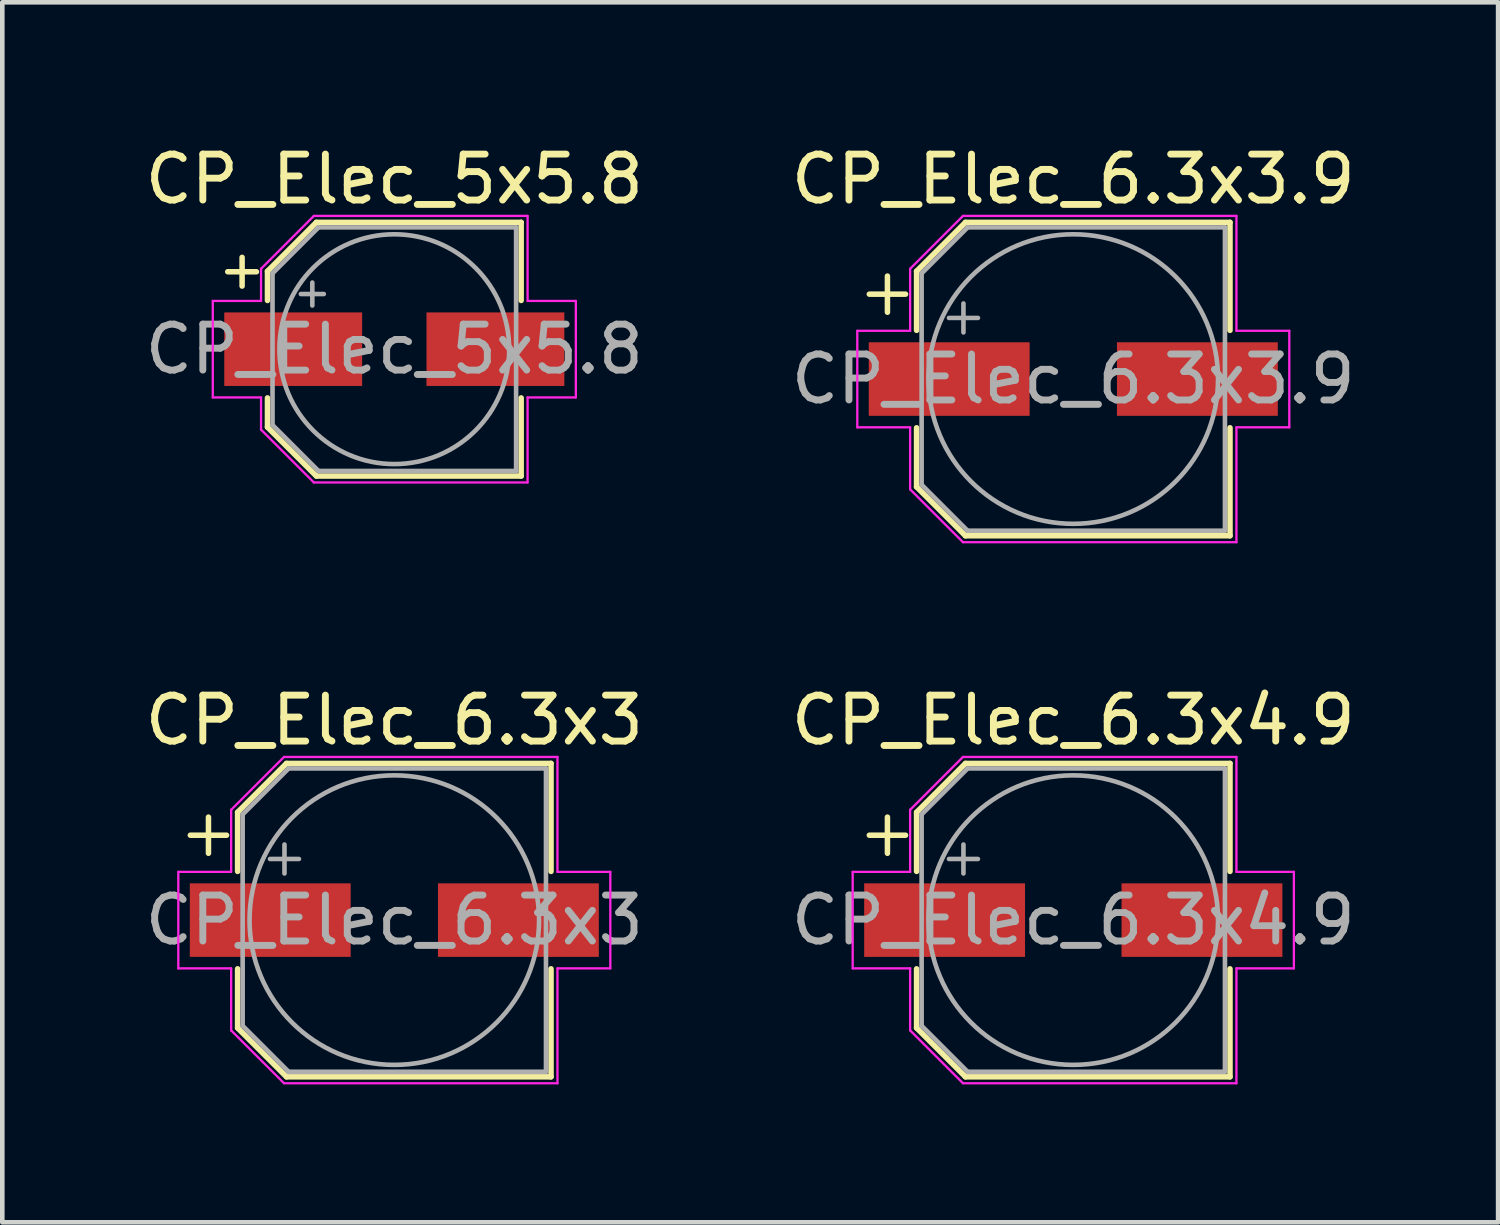
<source format=kicad_pcb>
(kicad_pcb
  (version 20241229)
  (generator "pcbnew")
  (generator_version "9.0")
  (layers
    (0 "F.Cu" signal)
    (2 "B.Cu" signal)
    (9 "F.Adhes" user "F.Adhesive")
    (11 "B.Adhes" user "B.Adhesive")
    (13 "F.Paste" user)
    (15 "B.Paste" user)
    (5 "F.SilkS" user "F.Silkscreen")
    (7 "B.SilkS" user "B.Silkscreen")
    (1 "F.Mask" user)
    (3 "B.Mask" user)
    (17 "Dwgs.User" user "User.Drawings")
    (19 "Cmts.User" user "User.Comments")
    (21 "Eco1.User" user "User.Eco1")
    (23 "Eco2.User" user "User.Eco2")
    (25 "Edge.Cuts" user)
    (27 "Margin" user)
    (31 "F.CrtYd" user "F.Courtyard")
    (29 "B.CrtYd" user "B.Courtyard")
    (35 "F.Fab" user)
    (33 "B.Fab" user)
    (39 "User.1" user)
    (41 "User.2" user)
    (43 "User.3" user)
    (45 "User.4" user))
  (footprint "CP_Elec_6.3x3"
    (layer "F.Cu")
    (at 5.53 16.971)
    (property "Reference" "CP_Elec_6.3x3" (at 0 -4.35 0) (layer "F.SilkS") (effects (font (size 1 1) (thickness 0.15))))
    (attr smd)
    (fp_line (start -4.438 -1.847) (end -3.65 -1.847) (stroke (width 0.12) (type solid)) (layer "F.SilkS"))
    (fp_line (start -4.044 -2.241) (end -4.044 -1.454) (stroke (width 0.12) (type solid)) (layer "F.SilkS"))
    (fp_line (start -3.41 -2.346) (end -3.41 -1.06) (stroke (width 0.12) (type solid)) (layer "F.SilkS"))
    (fp_line (start -3.41 -2.346) (end -2.346 -3.41) (stroke (width 0.12) (type solid)) (layer "F.SilkS"))
    (fp_line (start -3.41 2.346) (end -3.41 1.06) (stroke (width 0.12) (type solid)) (layer "F.SilkS"))
    (fp_line (start -3.41 2.346) (end -2.346 3.41) (stroke (width 0.12) (type solid)) (layer "F.SilkS"))
    (fp_line (start -2.346 -3.41) (end 3.41 -3.41) (stroke (width 0.12) (type solid)) (layer "F.SilkS"))
    (fp_line (start -2.346 3.41) (end 3.41 3.41) (stroke (width 0.12) (type solid)) (layer "F.SilkS"))
    (fp_line (start 3.41 -3.41) (end 3.41 -1.06) (stroke (width 0.12) (type solid)) (layer "F.SilkS"))
    (fp_line (start 3.41 3.41) (end 3.41 1.06) (stroke (width 0.12) (type solid)) (layer "F.SilkS"))
    (fp_line (start -4.7 -1.05) (end -4.7 1.05) (stroke (width 0.05) (type solid)) (layer "F.CrtYd"))
    (fp_line (start -4.7 1.05) (end -3.55 1.05) (stroke (width 0.05) (type solid)) (layer "F.CrtYd"))
    (fp_line (start -3.55 -2.4) (end -3.55 -1.05) (stroke (width 0.05) (type solid)) (layer "F.CrtYd"))
    (fp_line (start -3.55 -2.4) (end -2.4 -3.55) (stroke (width 0.05) (type solid)) (layer "F.CrtYd"))
    (fp_line (start -3.55 -1.05) (end -4.7 -1.05) (stroke (width 0.05) (type solid)) (layer "F.CrtYd"))
    (fp_line (start -3.55 1.05) (end -3.55 2.4) (stroke (width 0.05) (type solid)) (layer "F.CrtYd"))
    (fp_line (start -3.55 2.4) (end -2.4 3.55) (stroke (width 0.05) (type solid)) (layer "F.CrtYd"))
    (fp_line (start -2.4 -3.55) (end 3.55 -3.55) (stroke (width 0.05) (type solid)) (layer "F.CrtYd"))
    (fp_line (start -2.4 3.55) (end 3.55 3.55) (stroke (width 0.05) (type solid)) (layer "F.CrtYd"))
    (fp_line (start 3.55 -3.55) (end 3.55 -1.05) (stroke (width 0.05) (type solid)) (layer "F.CrtYd"))
    (fp_line (start 3.55 -1.05) (end 4.7 -1.05) (stroke (width 0.05) (type solid)) (layer "F.CrtYd"))
    (fp_line (start 3.55 1.05) (end 3.55 3.55) (stroke (width 0.05) (type solid)) (layer "F.CrtYd"))
    (fp_line (start 4.7 -1.05) (end 4.7 1.05) (stroke (width 0.05) (type solid)) (layer "F.CrtYd"))
    (fp_line (start 4.7 1.05) (end 3.55 1.05) (stroke (width 0.05) (type solid)) (layer "F.CrtYd"))
    (fp_line (start -3.3 -2.3) (end -3.3 2.3) (stroke (width 0.1) (type solid)) (layer "F.Fab"))
    (fp_line (start -3.3 -2.3) (end -2.3 -3.3) (stroke (width 0.1) (type solid)) (layer "F.Fab"))
    (fp_line (start -3.3 2.3) (end -2.3 3.3) (stroke (width 0.1) (type solid)) (layer "F.Fab"))
    (fp_line (start -2.705 -1.33) (end -2.075 -1.33) (stroke (width 0.1) (type solid)) (layer "F.Fab"))
    (fp_line (start -2.39 -1.645) (end -2.39 -1.015) (stroke (width 0.1) (type solid)) (layer "F.Fab"))
    (fp_line (start -2.3 -3.3) (end 3.3 -3.3) (stroke (width 0.1) (type solid)) (layer "F.Fab"))
    (fp_line (start -2.3 3.3) (end 3.3 3.3) (stroke (width 0.1) (type solid)) (layer "F.Fab"))
    (fp_line (start 3.3 -3.3) (end 3.3 3.3) (stroke (width 0.1) (type solid)) (layer "F.Fab"))
    (fp_circle (center 0 0) (end 3.15 0) (stroke (width 0.1) (type solid)) (fill no) (layer "F.Fab"))
    (fp_text user "${REFERENCE}" (at 0 0 0) (layer "F.Fab") (effects (font (size 1 1) (thickness 0.15))))
    (pad "1" smd rect (at -2.7 0) (size 3.5 1.6) (layers "F.Cu" "F.Mask" "F.Paste"))
    (pad "2" smd rect (at 2.7 0) (size 3.5 1.6) (layers "F.Cu" "F.Mask" "F.Paste")))
  (footprint "CP_Elec_6.3x4.9"
    (layer "F.Cu")
    (at 20.304 16.971)
    (property "Reference" "CP_Elec_6.3x4.9" (at 0 -4.35 0) (layer "F.SilkS") (effects (font (size 1 1) (thickness 0.15))))
    (attr smd)
    (fp_line (start -4.438 -1.847) (end -3.65 -1.847) (stroke (width 0.12) (type solid)) (layer "F.SilkS"))
    (fp_line (start -4.044 -2.241) (end -4.044 -1.454) (stroke (width 0.12) (type solid)) (layer "F.SilkS"))
    (fp_line (start -3.41 -2.346) (end -3.41 -1.06) (stroke (width 0.12) (type solid)) (layer "F.SilkS"))
    (fp_line (start -3.41 -2.346) (end -2.346 -3.41) (stroke (width 0.12) (type solid)) (layer "F.SilkS"))
    (fp_line (start -3.41 2.346) (end -3.41 1.06) (stroke (width 0.12) (type solid)) (layer "F.SilkS"))
    (fp_line (start -3.41 2.346) (end -2.346 3.41) (stroke (width 0.12) (type solid)) (layer "F.SilkS"))
    (fp_line (start -2.346 -3.41) (end 3.41 -3.41) (stroke (width 0.12) (type solid)) (layer "F.SilkS"))
    (fp_line (start -2.346 3.41) (end 3.41 3.41) (stroke (width 0.12) (type solid)) (layer "F.SilkS"))
    (fp_line (start 3.41 -3.41) (end 3.41 -1.06) (stroke (width 0.12) (type solid)) (layer "F.SilkS"))
    (fp_line (start 3.41 3.41) (end 3.41 1.06) (stroke (width 0.12) (type solid)) (layer "F.SilkS"))
    (fp_line (start -4.8 -1.05) (end -4.8 1.05) (stroke (width 0.05) (type solid)) (layer "F.CrtYd"))
    (fp_line (start -4.8 1.05) (end -3.55 1.05) (stroke (width 0.05) (type solid)) (layer "F.CrtYd"))
    (fp_line (start -3.55 -2.4) (end -3.55 -1.05) (stroke (width 0.05) (type solid)) (layer "F.CrtYd"))
    (fp_line (start -3.55 -2.4) (end -2.4 -3.55) (stroke (width 0.05) (type solid)) (layer "F.CrtYd"))
    (fp_line (start -3.55 -1.05) (end -4.8 -1.05) (stroke (width 0.05) (type solid)) (layer "F.CrtYd"))
    (fp_line (start -3.55 1.05) (end -3.55 2.4) (stroke (width 0.05) (type solid)) (layer "F.CrtYd"))
    (fp_line (start -3.55 2.4) (end -2.4 3.55) (stroke (width 0.05) (type solid)) (layer "F.CrtYd"))
    (fp_line (start -2.4 -3.55) (end 3.55 -3.55) (stroke (width 0.05) (type solid)) (layer "F.CrtYd"))
    (fp_line (start -2.4 3.55) (end 3.55 3.55) (stroke (width 0.05) (type solid)) (layer "F.CrtYd"))
    (fp_line (start 3.55 -3.55) (end 3.55 -1.05) (stroke (width 0.05) (type solid)) (layer "F.CrtYd"))
    (fp_line (start 3.55 -1.05) (end 4.8 -1.05) (stroke (width 0.05) (type solid)) (layer "F.CrtYd"))
    (fp_line (start 3.55 1.05) (end 3.55 3.55) (stroke (width 0.05) (type solid)) (layer "F.CrtYd"))
    (fp_line (start 4.8 -1.05) (end 4.8 1.05) (stroke (width 0.05) (type solid)) (layer "F.CrtYd"))
    (fp_line (start 4.8 1.05) (end 3.55 1.05) (stroke (width 0.05) (type solid)) (layer "F.CrtYd"))
    (fp_line (start -3.3 -2.3) (end -3.3 2.3) (stroke (width 0.1) (type solid)) (layer "F.Fab"))
    (fp_line (start -3.3 -2.3) (end -2.3 -3.3) (stroke (width 0.1) (type solid)) (layer "F.Fab"))
    (fp_line (start -3.3 2.3) (end -2.3 3.3) (stroke (width 0.1) (type solid)) (layer "F.Fab"))
    (fp_line (start -2.705 -1.33) (end -2.075 -1.33) (stroke (width 0.1) (type solid)) (layer "F.Fab"))
    (fp_line (start -2.39 -1.645) (end -2.39 -1.015) (stroke (width 0.1) (type solid)) (layer "F.Fab"))
    (fp_line (start -2.3 -3.3) (end 3.3 -3.3) (stroke (width 0.1) (type solid)) (layer "F.Fab"))
    (fp_line (start -2.3 3.3) (end 3.3 3.3) (stroke (width 0.1) (type solid)) (layer "F.Fab"))
    (fp_line (start 3.3 -3.3) (end 3.3 3.3) (stroke (width 0.1) (type solid)) (layer "F.Fab"))
    (fp_circle (center 0 0) (end 3.15 0) (stroke (width 0.1) (type solid)) (fill no) (layer "F.Fab"))
    (fp_text user "${REFERENCE}" (at 0 0 0) (layer "F.Fab") (effects (font (size 1 1) (thickness 0.15))))
    (pad "1" smd rect (at -2.8 0) (size 3.5 1.6) (layers "F.Cu" "F.Mask" "F.Paste"))
    (pad "2" smd rect (at 2.8 0) (size 3.5 1.6) (layers "F.Cu" "F.Mask" "F.Paste")))
  (footprint "CP_Elec_5x5.8"
    (layer "F.Cu")
    (at 5.53 4.548)
    (property "Reference" "CP_Elec_5x5.8" (at 0 -3.7 0) (layer "F.SilkS") (effects (font (size 1 1) (thickness 0.15))))
    (attr smd)
    (fp_line (start -3.625 -1.685) (end -3 -1.685) (stroke (width 0.12) (type solid)) (layer "F.SilkS"))
    (fp_line (start -3.312 -1.998) (end -3.312 -1.373) (stroke (width 0.12) (type solid)) (layer "F.SilkS"))
    (fp_line (start -2.76 -1.696) (end -2.76 -1.06) (stroke (width 0.12) (type solid)) (layer "F.SilkS"))
    (fp_line (start -2.76 -1.696) (end -1.696 -2.76) (stroke (width 0.12) (type solid)) (layer "F.SilkS"))
    (fp_line (start -2.76 1.696) (end -2.76 1.06) (stroke (width 0.12) (type solid)) (layer "F.SilkS"))
    (fp_line (start -2.76 1.696) (end -1.696 2.76) (stroke (width 0.12) (type solid)) (layer "F.SilkS"))
    (fp_line (start -1.696 -2.76) (end 2.76 -2.76) (stroke (width 0.12) (type solid)) (layer "F.SilkS"))
    (fp_line (start -1.696 2.76) (end 2.76 2.76) (stroke (width 0.12) (type solid)) (layer "F.SilkS"))
    (fp_line (start 2.76 -2.76) (end 2.76 -1.06) (stroke (width 0.12) (type solid)) (layer "F.SilkS"))
    (fp_line (start 2.76 2.76) (end 2.76 1.06) (stroke (width 0.12) (type solid)) (layer "F.SilkS"))
    (fp_line (start -3.95 -1.05) (end -3.95 1.05) (stroke (width 0.05) (type solid)) (layer "F.CrtYd"))
    (fp_line (start -3.95 1.05) (end -2.9 1.05) (stroke (width 0.05) (type solid)) (layer "F.CrtYd"))
    (fp_line (start -2.9 -1.75) (end -2.9 -1.05) (stroke (width 0.05) (type solid)) (layer "F.CrtYd"))
    (fp_line (start -2.9 -1.75) (end -1.75 -2.9) (stroke (width 0.05) (type solid)) (layer "F.CrtYd"))
    (fp_line (start -2.9 -1.05) (end -3.95 -1.05) (stroke (width 0.05) (type solid)) (layer "F.CrtYd"))
    (fp_line (start -2.9 1.05) (end -2.9 1.75) (stroke (width 0.05) (type solid)) (layer "F.CrtYd"))
    (fp_line (start -2.9 1.75) (end -1.75 2.9) (stroke (width 0.05) (type solid)) (layer "F.CrtYd"))
    (fp_line (start -1.75 -2.9) (end 2.9 -2.9) (stroke (width 0.05) (type solid)) (layer "F.CrtYd"))
    (fp_line (start -1.75 2.9) (end 2.9 2.9) (stroke (width 0.05) (type solid)) (layer "F.CrtYd"))
    (fp_line (start 2.9 -2.9) (end 2.9 -1.05) (stroke (width 0.05) (type solid)) (layer "F.CrtYd"))
    (fp_line (start 2.9 -1.05) (end 3.95 -1.05) (stroke (width 0.05) (type solid)) (layer "F.CrtYd"))
    (fp_line (start 2.9 1.05) (end 2.9 2.9) (stroke (width 0.05) (type solid)) (layer "F.CrtYd"))
    (fp_line (start 3.95 -1.05) (end 3.95 1.05) (stroke (width 0.05) (type solid)) (layer "F.CrtYd"))
    (fp_line (start 3.95 1.05) (end 2.9 1.05) (stroke (width 0.05) (type solid)) (layer "F.CrtYd"))
    (fp_line (start -2.65 -1.65) (end -2.65 1.65) (stroke (width 0.1) (type solid)) (layer "F.Fab"))
    (fp_line (start -2.65 -1.65) (end -1.65 -2.65) (stroke (width 0.1) (type solid)) (layer "F.Fab"))
    (fp_line (start -2.65 1.65) (end -1.65 2.65) (stroke (width 0.1) (type solid)) (layer "F.Fab"))
    (fp_line (start -2.034 -1.2) (end -1.534 -1.2) (stroke (width 0.1) (type solid)) (layer "F.Fab"))
    (fp_line (start -1.784 -1.45) (end -1.784 -0.95) (stroke (width 0.1) (type solid)) (layer "F.Fab"))
    (fp_line (start -1.65 -2.65) (end 2.65 -2.65) (stroke (width 0.1) (type solid)) (layer "F.Fab"))
    (fp_line (start -1.65 2.65) (end 2.65 2.65) (stroke (width 0.1) (type solid)) (layer "F.Fab"))
    (fp_line (start 2.65 -2.65) (end 2.65 2.65) (stroke (width 0.1) (type solid)) (layer "F.Fab"))
    (fp_circle (center 0 0) (end 2.5 0) (stroke (width 0.1) (type solid)) (fill no) (layer "F.Fab"))
    (fp_text user "${REFERENCE}" (at 0 0 0) (layer "F.Fab") (effects (font (size 1 1) (thickness 0.15))))
    (pad "1" smd rect (at -2.2 0) (size 3 1.6) (layers "F.Cu" "F.Mask" "F.Paste"))
    (pad "2" smd rect (at 2.2 0) (size 3 1.6) (layers "F.Cu" "F.Mask" "F.Paste")))
  (footprint "CP_Elec_6.3x3.9"
    (layer "F.Cu")
    (at 20.304 5.198)
    (property "Reference" "CP_Elec_6.3x3.9" (at 0 -4.35 0) (layer "F.SilkS") (effects (font (size 1 1) (thickness 0.15))))
    (attr smd)
    (fp_line (start -4.438 -1.847) (end -3.65 -1.847) (stroke (width 0.12) (type solid)) (layer "F.SilkS"))
    (fp_line (start -4.044 -2.241) (end -4.044 -1.454) (stroke (width 0.12) (type solid)) (layer "F.SilkS"))
    (fp_line (start -3.41 -2.346) (end -3.41 -1.06) (stroke (width 0.12) (type solid)) (layer "F.SilkS"))
    (fp_line (start -3.41 -2.346) (end -2.346 -3.41) (stroke (width 0.12) (type solid)) (layer "F.SilkS"))
    (fp_line (start -3.41 2.346) (end -3.41 1.06) (stroke (width 0.12) (type solid)) (layer "F.SilkS"))
    (fp_line (start -3.41 2.346) (end -2.346 3.41) (stroke (width 0.12) (type solid)) (layer "F.SilkS"))
    (fp_line (start -2.346 -3.41) (end 3.41 -3.41) (stroke (width 0.12) (type solid)) (layer "F.SilkS"))
    (fp_line (start -2.346 3.41) (end 3.41 3.41) (stroke (width 0.12) (type solid)) (layer "F.SilkS"))
    (fp_line (start 3.41 -3.41) (end 3.41 -1.06) (stroke (width 0.12) (type solid)) (layer "F.SilkS"))
    (fp_line (start 3.41 3.41) (end 3.41 1.06) (stroke (width 0.12) (type solid)) (layer "F.SilkS"))
    (fp_line (start -4.7 -1.05) (end -4.7 1.05) (stroke (width 0.05) (type solid)) (layer "F.CrtYd"))
    (fp_line (start -4.7 1.05) (end -3.55 1.05) (stroke (width 0.05) (type solid)) (layer "F.CrtYd"))
    (fp_line (start -3.55 -2.4) (end -3.55 -1.05) (stroke (width 0.05) (type solid)) (layer "F.CrtYd"))
    (fp_line (start -3.55 -2.4) (end -2.4 -3.55) (stroke (width 0.05) (type solid)) (layer "F.CrtYd"))
    (fp_line (start -3.55 -1.05) (end -4.7 -1.05) (stroke (width 0.05) (type solid)) (layer "F.CrtYd"))
    (fp_line (start -3.55 1.05) (end -3.55 2.4) (stroke (width 0.05) (type solid)) (layer "F.CrtYd"))
    (fp_line (start -3.55 2.4) (end -2.4 3.55) (stroke (width 0.05) (type solid)) (layer "F.CrtYd"))
    (fp_line (start -2.4 -3.55) (end 3.55 -3.55) (stroke (width 0.05) (type solid)) (layer "F.CrtYd"))
    (fp_line (start -2.4 3.55) (end 3.55 3.55) (stroke (width 0.05) (type solid)) (layer "F.CrtYd"))
    (fp_line (start 3.55 -3.55) (end 3.55 -1.05) (stroke (width 0.05) (type solid)) (layer "F.CrtYd"))
    (fp_line (start 3.55 -1.05) (end 4.7 -1.05) (stroke (width 0.05) (type solid)) (layer "F.CrtYd"))
    (fp_line (start 3.55 1.05) (end 3.55 3.55) (stroke (width 0.05) (type solid)) (layer "F.CrtYd"))
    (fp_line (start 4.7 -1.05) (end 4.7 1.05) (stroke (width 0.05) (type solid)) (layer "F.CrtYd"))
    (fp_line (start 4.7 1.05) (end 3.55 1.05) (stroke (width 0.05) (type solid)) (layer "F.CrtYd"))
    (fp_line (start -3.3 -2.3) (end -3.3 2.3) (stroke (width 0.1) (type solid)) (layer "F.Fab"))
    (fp_line (start -3.3 -2.3) (end -2.3 -3.3) (stroke (width 0.1) (type solid)) (layer "F.Fab"))
    (fp_line (start -3.3 2.3) (end -2.3 3.3) (stroke (width 0.1) (type solid)) (layer "F.Fab"))
    (fp_line (start -2.705 -1.33) (end -2.075 -1.33) (stroke (width 0.1) (type solid)) (layer "F.Fab"))
    (fp_line (start -2.39 -1.645) (end -2.39 -1.015) (stroke (width 0.1) (type solid)) (layer "F.Fab"))
    (fp_line (start -2.3 -3.3) (end 3.3 -3.3) (stroke (width 0.1) (type solid)) (layer "F.Fab"))
    (fp_line (start -2.3 3.3) (end 3.3 3.3) (stroke (width 0.1) (type solid)) (layer "F.Fab"))
    (fp_line (start 3.3 -3.3) (end 3.3 3.3) (stroke (width 0.1) (type solid)) (layer "F.Fab"))
    (fp_circle (center 0 0) (end 3.15 0) (stroke (width 0.1) (type solid)) (fill no) (layer "F.Fab"))
    (fp_text user "${REFERENCE}" (at 0 0 0) (layer "F.Fab") (effects (font (size 1 1) (thickness 0.15))))
    (pad "1" smd rect (at -2.7 0) (size 3.5 1.6) (layers "F.Cu" "F.Mask" "F.Paste"))
    (pad "2" smd rect (at 2.7 0) (size 3.5 1.6) (layers "F.Cu" "F.Mask" "F.Paste")))
  (gr_rect
    (start -3 -3)
    (end 29.548 23.547)
    (stroke (width 0.1) (type default))
    (fill no)
    (layer "Edge.Cuts")))
</source>
